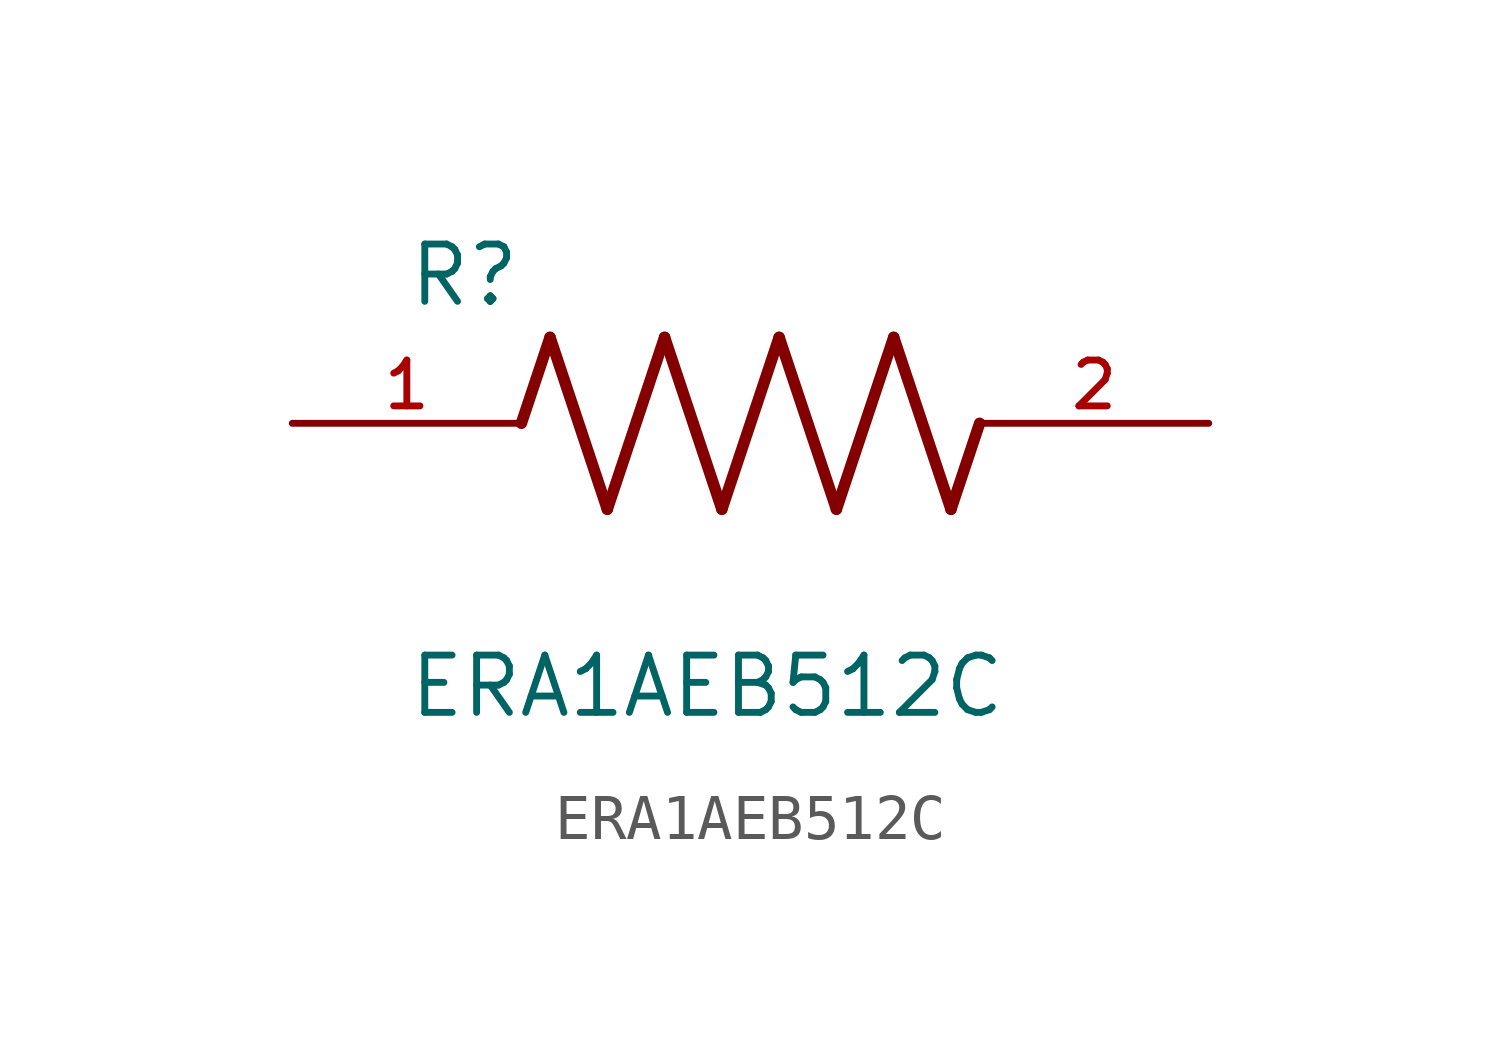
<source format=kicad_sym>
(kicad_symbol_lib
  (version 20211014)
  (generator kicad_symbol_editor)
  (symbol "ERA1AEB512C"
    (pin_names
      (offset 1.016))
    (property "Reference" "R"
      (at -7.624 2.541 0)
      (effects (font (size 1.27 1.27)) (justify bottom left)))
    (property "Value" "ERA1AEB512C"
      (at -7.624 -5.087 0)
      (effects (font (size 1.27 1.27)) (justify top left)))
    (symbol "ERA1AEB512C_0_0"
      (polyline (pts (xy -5.08 0.0) (xy -4.445 1.905)) (stroke (width 0.254)))
      (polyline (pts (xy -4.445 1.905) (xy -3.175 -1.905)) (stroke (width 0.254)))
      (polyline (pts (xy -3.175 -1.905) (xy -1.905 1.905)) (stroke (width 0.254)))
      (polyline (pts (xy -1.905 1.905) (xy -0.635 -1.905)) (stroke (width 0.254)))
      (polyline (pts (xy -0.635 -1.905) (xy 0.635 1.905)) (stroke (width 0.254)))
      (polyline (pts (xy 0.635 1.905) (xy 1.905 -1.905)) (stroke (width 0.254)))
      (polyline (pts (xy 1.905 -1.905) (xy 3.175 1.905)) (stroke (width 0.254)))
      (polyline (pts (xy 3.175 1.905) (xy 4.445 -1.905)) (stroke (width 0.254)))
      (polyline (pts (xy 4.445 -1.905) (xy 5.08 0.0)) (stroke (width 0.254)))
      (pin passive line (at -10.16 0.0 0) (length 5.08) (name "~" (effects (font (size 1.016 1.016)))) (number "1" (effects (font (size 1.016 1.016)))))
      (pin passive line (at 10.16 0.0 180.0) (length 5.08) (name "~" (effects (font (size 1.016 1.016)))) (number "2" (effects (font (size 1.016 1.016))))))))
</source>
